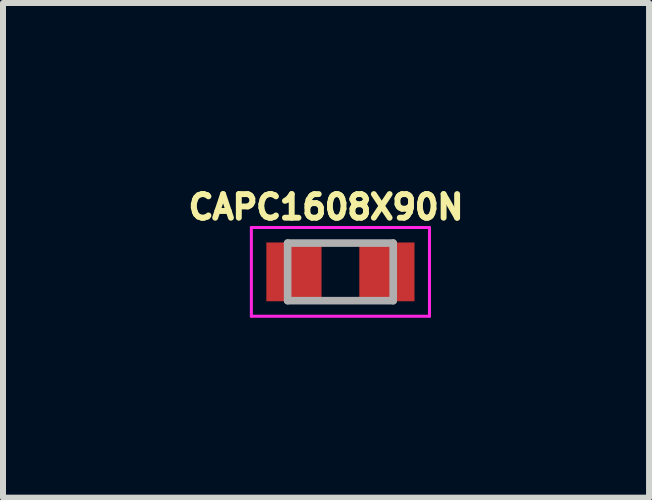
<source format=kicad_pcb>
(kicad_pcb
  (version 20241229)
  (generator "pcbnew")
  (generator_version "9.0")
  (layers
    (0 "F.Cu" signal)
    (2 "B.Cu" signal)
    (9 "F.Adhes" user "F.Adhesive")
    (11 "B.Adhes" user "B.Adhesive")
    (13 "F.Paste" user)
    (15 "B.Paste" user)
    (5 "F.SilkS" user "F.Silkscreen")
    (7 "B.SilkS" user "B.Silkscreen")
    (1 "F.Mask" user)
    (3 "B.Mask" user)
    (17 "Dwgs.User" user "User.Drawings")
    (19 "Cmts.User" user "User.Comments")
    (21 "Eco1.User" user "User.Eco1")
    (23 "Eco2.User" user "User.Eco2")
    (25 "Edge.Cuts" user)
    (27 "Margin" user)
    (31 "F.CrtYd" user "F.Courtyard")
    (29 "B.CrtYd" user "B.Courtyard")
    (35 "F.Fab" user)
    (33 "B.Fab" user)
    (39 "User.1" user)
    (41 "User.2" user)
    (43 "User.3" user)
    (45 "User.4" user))
  (footprint "CAPC1608X90N"
    (layer "F.Cu")
    (at 2.626 1.483)
    (property "Reference" "CAPC1608X90N" (at -0.24 -1.08 0) (layer "F.SilkS") (effects (font (size 0.394 0.394) (thickness 0.15))))
    (attr smd)
    (fp_line (start -1.485 -0.74) (end 1.485 -0.74) (stroke (width 0.05) (type solid)) (layer "F.CrtYd"))
    (fp_line (start -1.485 0.74) (end -1.485 -0.74) (stroke (width 0.05) (type solid)) (layer "F.CrtYd"))
    (fp_line (start -1.485 0.74) (end 1.485 0.74) (stroke (width 0.05) (type solid)) (layer "F.CrtYd"))
    (fp_line (start 1.485 0.74) (end 1.485 -0.74) (stroke (width 0.05) (type solid)) (layer "F.CrtYd"))
    (fp_line (start -0.88 0.48) (end -0.88 -0.48) (stroke (width 0.127) (type solid)) (layer "F.Fab"))
    (fp_line (start 0.88 -0.48) (end -0.88 -0.48) (stroke (width 0.127) (type solid)) (layer "F.Fab"))
    (fp_line (start 0.88 0.48) (end -0.88 0.48) (stroke (width 0.127) (type solid)) (layer "F.Fab"))
    (fp_line (start 0.88 0.48) (end 0.88 -0.48) (stroke (width 0.127) (type solid)) (layer "F.Fab"))
    (pad "1" smd rect (at -0.775 0) (size 0.92 0.98) (layers "F.Cu" "F.Mask" "F.Paste"))
    (pad "2" smd rect (at 0.775 0) (size 0.92 0.98) (layers "F.Cu" "F.Mask" "F.Paste")))
  (gr_rect
    (start -3 -3)
    (end 7.772 5.248)
    (stroke (width 0.1) (type default))
    (fill no)
    (layer "Edge.Cuts")))
</source>
